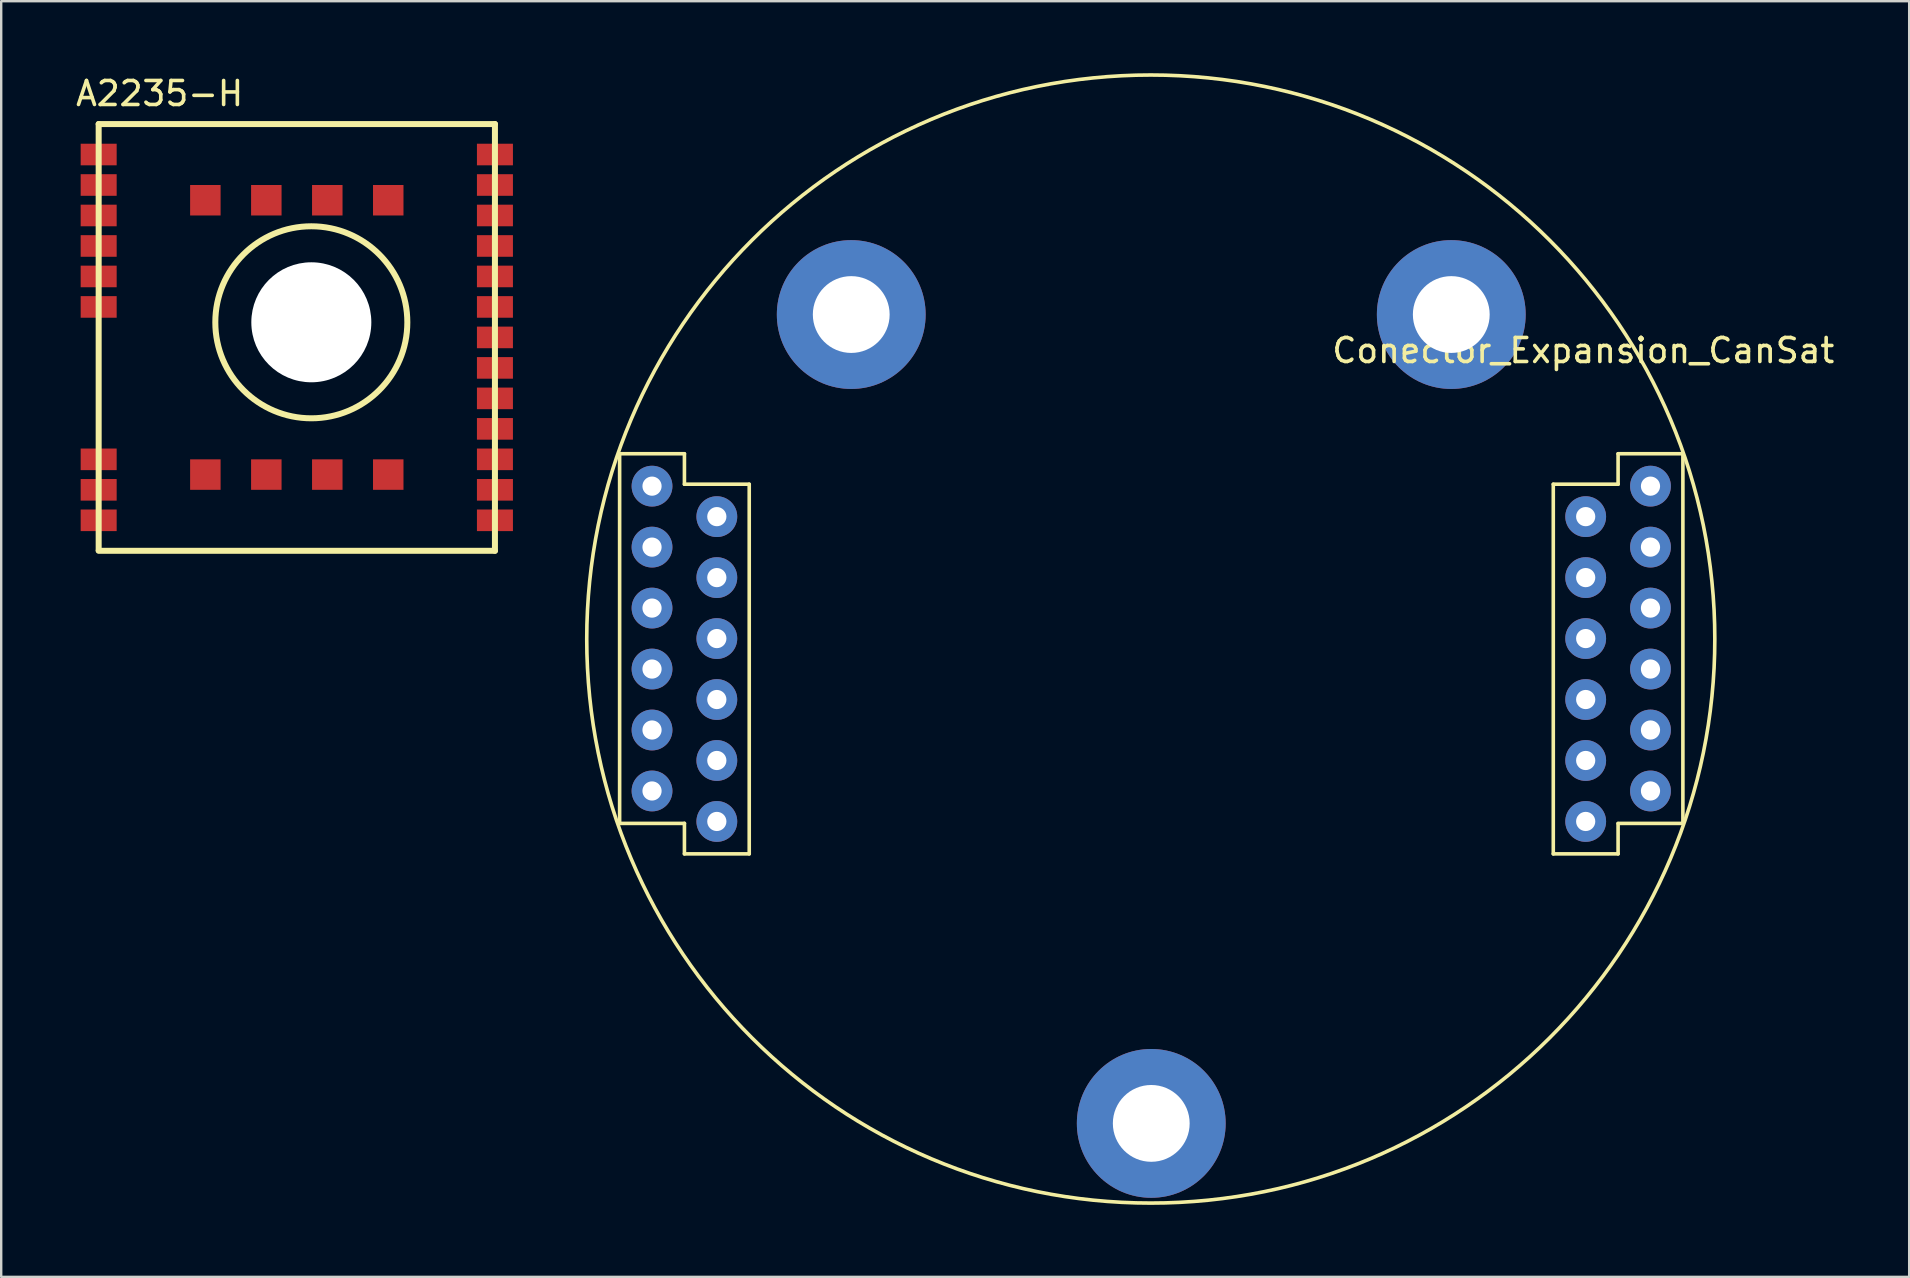
<source format=kicad_pcb>
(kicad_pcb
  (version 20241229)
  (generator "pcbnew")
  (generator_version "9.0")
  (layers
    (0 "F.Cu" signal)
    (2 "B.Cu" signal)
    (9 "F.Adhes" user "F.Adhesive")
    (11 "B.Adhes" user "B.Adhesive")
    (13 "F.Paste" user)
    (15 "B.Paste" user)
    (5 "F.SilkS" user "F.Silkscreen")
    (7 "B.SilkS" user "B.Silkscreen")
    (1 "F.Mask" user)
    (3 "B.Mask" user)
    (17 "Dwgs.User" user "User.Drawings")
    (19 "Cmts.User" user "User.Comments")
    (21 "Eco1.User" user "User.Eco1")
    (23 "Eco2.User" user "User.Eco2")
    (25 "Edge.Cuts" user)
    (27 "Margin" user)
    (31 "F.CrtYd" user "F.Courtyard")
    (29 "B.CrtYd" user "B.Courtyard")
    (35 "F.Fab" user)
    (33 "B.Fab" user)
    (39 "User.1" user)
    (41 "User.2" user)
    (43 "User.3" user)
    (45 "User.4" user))
  (footprint "A2235-H"
    (layer "F.Cu")
    (at 1.061 19.898)
    (property "Reference" "A2235-H" (at 2.54 -19.05 0) (layer "F.SilkS") (effects (font (size 1 1) (thickness 0.15))))
    (attr smd)
    (fp_line (start 0 -17.78) (end 0 -0.025) (stroke (width 0.25) (type solid)) (layer "F.SilkS"))
    (fp_line (start 0 -17.78) (end 16.51 -17.78) (stroke (width 0.25) (type solid)) (layer "F.SilkS"))
    (fp_line (start 0 0) (end 16.51 0) (stroke (width 0.25) (type solid)) (layer "F.SilkS"))
    (fp_line (start 16.51 -17.78) (end 16.51 0) (stroke (width 0.25) (type solid)) (layer "F.SilkS"))
    (fp_circle (center 8.86 -9.52) (end 12.86 -9.52) (stroke (width 0.25) (type solid)) (fill no) (layer "F.SilkS"))
    (pad "" np_thru_hole circle (at 8.86 -9.52) (size 5 5) (drill 5) (layers "*.Cu" "*.Mask"))
    (pad "1" smd rect (at 0 -16.51) (size 1.5 0.9) (layers "F.Cu" "F.Mask" "F.Paste"))
    (pad "2" smd rect (at 0 -15.24) (size 1.5 0.9) (layers "F.Cu" "F.Mask" "F.Paste"))
    (pad "3" smd rect (at 0 -13.97) (size 1.5 0.9) (layers "F.Cu" "F.Mask" "F.Paste"))
    (pad "4" smd rect (at 0 -12.7) (size 1.5 0.9) (layers "F.Cu" "F.Mask" "F.Paste"))
    (pad "5" smd rect (at 0 -11.43) (size 1.5 0.9) (layers "F.Cu" "F.Mask" "F.Paste"))
    (pad "6" smd rect (at 0 -10.16) (size 1.5 0.9) (layers "F.Cu" "F.Mask" "F.Paste"))
    (pad "7" smd rect (at 0 -3.81) (size 1.5 0.9) (layers "F.Cu" "F.Mask" "F.Paste"))
    (pad "8" smd rect (at 0 -2.54) (size 1.5 0.9) (layers "F.Cu" "F.Mask" "F.Paste"))
    (pad "9" smd rect (at 0 -1.27) (size 1.5 0.9) (layers "F.Cu" "F.Mask" "F.Paste"))
    (pad "10" smd rect (at 16.51 -1.27) (size 1.5 0.9) (layers "F.Cu" "F.Mask" "F.Paste"))
    (pad "11" smd rect (at 16.51 -2.54) (size 1.5 0.9) (layers "F.Cu" "F.Mask" "F.Paste"))
    (pad "12" smd rect (at 16.51 -3.81) (size 1.5 0.9) (layers "F.Cu" "F.Mask" "F.Paste"))
    (pad "13" smd rect (at 16.51 -5.08) (size 1.5 0.9) (layers "F.Cu" "F.Mask" "F.Paste"))
    (pad "14" smd rect (at 16.51 -6.35) (size 1.5 0.9) (layers "F.Cu" "F.Mask" "F.Paste"))
    (pad "15" smd rect (at 16.51 -7.62) (size 1.5 0.9) (layers "F.Cu" "F.Mask" "F.Paste"))
    (pad "16" smd rect (at 16.51 -8.89) (size 1.5 0.9) (layers "F.Cu" "F.Mask" "F.Paste"))
    (pad "17" smd rect (at 16.51 -10.16) (size 1.5 0.9) (layers "F.Cu" "F.Mask" "F.Paste"))
    (pad "18" smd rect (at 16.51 -11.43) (size 1.5 0.9) (layers "F.Cu" "F.Mask" "F.Paste"))
    (pad "19" smd rect (at 16.51 -12.7) (size 1.5 0.9) (layers "F.Cu" "F.Mask" "F.Paste"))
    (pad "20" smd rect (at 16.51 -13.97) (size 1.5 0.9) (layers "F.Cu" "F.Mask" "F.Paste"))
    (pad "21" smd rect (at 16.51 -15.24) (size 1.5 0.9) (layers "F.Cu" "F.Mask" "F.Paste"))
    (pad "22" smd rect (at 16.51 -16.51) (size 1.5 0.9) (layers "F.Cu" "F.Mask" "F.Paste"))
    (pad "23" smd rect (at 4.445 -3.175) (size 1.27 1.27) (layers "F.Cu" "F.Mask" "F.Paste"))
    (pad "24" smd rect (at 6.985 -3.175) (size 1.27 1.27) (layers "F.Cu" "F.Mask" "F.Paste"))
    (pad "25" smd rect (at 9.525 -3.175) (size 1.27 1.27) (layers "F.Cu" "F.Mask" "F.Paste"))
    (pad "26" smd rect (at 12.065 -3.175) (size 1.27 1.27) (layers "F.Cu" "F.Mask" "F.Paste"))
    (pad "27" smd rect (at 12.065 -14.605) (size 1.27 1.27) (layers "F.Cu" "F.Mask" "F.Paste"))
    (pad "28" smd rect (at 9.525 -14.605) (size 1.27 1.27) (layers "F.Cu" "F.Mask" "F.Paste"))
    (pad "29" smd rect (at 6.985 -14.605) (size 1.27 1.27) (layers "F.Cu" "F.Mask" "F.Paste"))
    (pad "30" smd rect (at 4.445 -14.605) (size 1.27 1.27) (layers "F.Cu" "F.Mask" "F.Paste")))
  (footprint "Conector_Expansion_CanSat"
    (layer "F.Cu")
    (at 44.916 23.555)
    (property "Reference" "Conector_Expansion_CanSat" (at 18 -12 0) (layer "F.SilkS") (effects (font (size 1 1) (thickness 0.15))))
    (attr through_hole)
    (fp_line (start -22.15 -7.7) (end -22.15 7.7) (stroke (width 0.15) (type solid)) (layer "F.SilkS"))
    (fp_line (start -22.15 7.7) (end -19.45 7.7) (stroke (width 0.15) (type solid)) (layer "F.SilkS"))
    (fp_line (start -19.45 -7.7) (end -22.15 -7.7) (stroke (width 0.15) (type solid)) (layer "F.SilkS"))
    (fp_line (start -19.45 -6.43) (end -19.45 -7.7) (stroke (width 0.15) (type solid)) (layer "F.SilkS"))
    (fp_line (start -19.45 7.7) (end -19.45 8.97) (stroke (width 0.15) (type solid)) (layer "F.SilkS"))
    (fp_line (start -19.45 8.97) (end -16.75 8.97) (stroke (width 0.15) (type solid)) (layer "F.SilkS"))
    (fp_line (start -16.75 -6.43) (end -19.45 -6.43) (stroke (width 0.15) (type solid)) (layer "F.SilkS"))
    (fp_line (start -16.75 8.97) (end -16.75 -6.43) (stroke (width 0.15) (type solid)) (layer "F.SilkS"))
    (fp_line (start 16.75 -6.43) (end 16.75 8.97) (stroke (width 0.15) (type solid)) (layer "F.SilkS"))
    (fp_line (start 16.75 8.97) (end 19.45 8.97) (stroke (width 0.15) (type solid)) (layer "F.SilkS"))
    (fp_line (start 19.45 -6.43) (end 16.75 -6.43) (stroke (width 0.15) (type solid)) (layer "F.SilkS"))
    (fp_line (start 19.45 -6.43) (end 19.45 -7.7) (stroke (width 0.15) (type solid)) (layer "F.SilkS"))
    (fp_line (start 19.45 7.7) (end 22.15 7.7) (stroke (width 0.15) (type solid)) (layer "F.SilkS"))
    (fp_line (start 19.45 8.97) (end 19.45 7.71) (stroke (width 0.15) (type solid)) (layer "F.SilkS"))
    (fp_line (start 22.15 -7.7) (end 19.45 -7.7) (stroke (width 0.15) (type solid)) (layer "F.SilkS"))
    (fp_line (start 22.15 7.7) (end 22.15 -7.7) (stroke (width 0.15) (type solid)) (layer "F.SilkS"))
    (fp_circle (center -0.02 0.02) (end 23.48 0.02) (stroke (width 0.15) (type solid)) (fill no) (layer "F.SilkS"))
    (pad "1" thru_hole circle (at 20.8 -6.35) (size 1.7 1.7) (drill 0.8) (layers "*.Cu" "*.Mask"))
    (pad "2" thru_hole circle (at 20.8 -3.81) (size 1.7 1.7) (drill 0.8) (layers "*.Cu" "*.Mask"))
    (pad "3" thru_hole circle (at 20.8 -1.27) (size 1.7 1.7) (drill 0.8) (layers "*.Cu" "*.Mask"))
    (pad "4" thru_hole circle (at 20.8 1.27) (size 1.7 1.7) (drill 0.8) (layers "*.Cu" "*.Mask"))
    (pad "5" thru_hole circle (at 20.8 3.81) (size 1.7 1.7) (drill 0.8) (layers "*.Cu" "*.Mask"))
    (pad "6" thru_hole circle (at 20.8 6.35) (size 1.7 1.7) (drill 0.8) (layers "*.Cu" "*.Mask"))
    (pad "7" thru_hole circle (at 18.1 -5.08) (size 1.7 1.7) (drill 0.8) (layers "*.Cu" "*.Mask"))
    (pad "8" thru_hole circle (at 18.1 -2.54) (size 1.7 1.7) (drill 0.8) (layers "*.Cu" "*.Mask"))
    (pad "9" thru_hole circle (at 18.1 0) (size 1.7 1.7) (drill 0.8) (layers "*.Cu" "*.Mask"))
    (pad "10" thru_hole circle (at 18.1 2.54) (size 1.7 1.7) (drill 0.8) (layers "*.Cu" "*.Mask"))
    (pad "11" thru_hole circle (at 18.1 5.08) (size 1.7 1.7) (drill 0.8) (layers "*.Cu" "*.Mask"))
    (pad "12" thru_hole circle (at 18.1 7.62) (size 1.7 1.7) (drill 0.8) (layers "*.Cu" "*.Mask"))
    (pad "13" thru_hole circle (at -18.1 -5.08) (size 1.7 1.7) (drill 0.8) (layers "*.Cu" "*.Mask"))
    (pad "14" thru_hole circle (at -18.1 -2.54) (size 1.7 1.7) (drill 0.8) (layers "*.Cu" "*.Mask"))
    (pad "15" thru_hole circle (at -18.1 0) (size 1.7 1.7) (drill 0.8) (layers "*.Cu" "*.Mask"))
    (pad "16" thru_hole circle (at -18.1 2.54) (size 1.7 1.7) (drill 0.8) (layers "*.Cu" "*.Mask"))
    (pad "17" thru_hole circle (at -18.1 5.08) (size 1.7 1.7) (drill 0.8) (layers "*.Cu" "*.Mask"))
    (pad "18" thru_hole circle (at -18.1 7.62) (size 1.7 1.7) (drill 0.8) (layers "*.Cu" "*.Mask"))
    (pad "19" thru_hole circle (at -20.8 -6.35) (size 1.7 1.7) (drill 0.8) (layers "*.Cu" "*.Mask"))
    (pad "20" thru_hole circle (at -20.8 -3.81) (size 1.7 1.7) (drill 0.8) (layers "*.Cu" "*.Mask"))
    (pad "21" thru_hole circle (at -20.8 -1.27) (size 1.7 1.7) (drill 0.8) (layers "*.Cu" "*.Mask"))
    (pad "22" thru_hole circle (at -20.8 1.27) (size 1.7 1.7) (drill 0.8) (layers "*.Cu" "*.Mask"))
    (pad "23" thru_hole circle (at -20.8 3.81) (size 1.7 1.7) (drill 0.8) (layers "*.Cu" "*.Mask"))
    (pad "24" thru_hole circle (at -20.8 6.35) (size 1.7 1.7) (drill 0.8) (layers "*.Cu" "*.Mask"))
    (pad "25" thru_hole circle (at 0 20.2) (size 6.2 6.2) (drill 3.2) (layers "*.Cu" "*.Mask"))
    (pad "26" thru_hole circle (at -12.5 -13.5) (size 6.2 6.2) (drill 3.2) (layers "*.Cu" "*.Mask"))
    (pad "27" thru_hole circle (at 12.5 -13.5) (size 6.2 6.2) (drill 3.2) (layers "*.Cu" "*.Mask")))
  (gr_rect
    (start -3 -3)
    (end 76.494 50.15)
    (stroke (width 0.1) (type default))
    (fill no)
    (layer "Edge.Cuts")))
</source>
